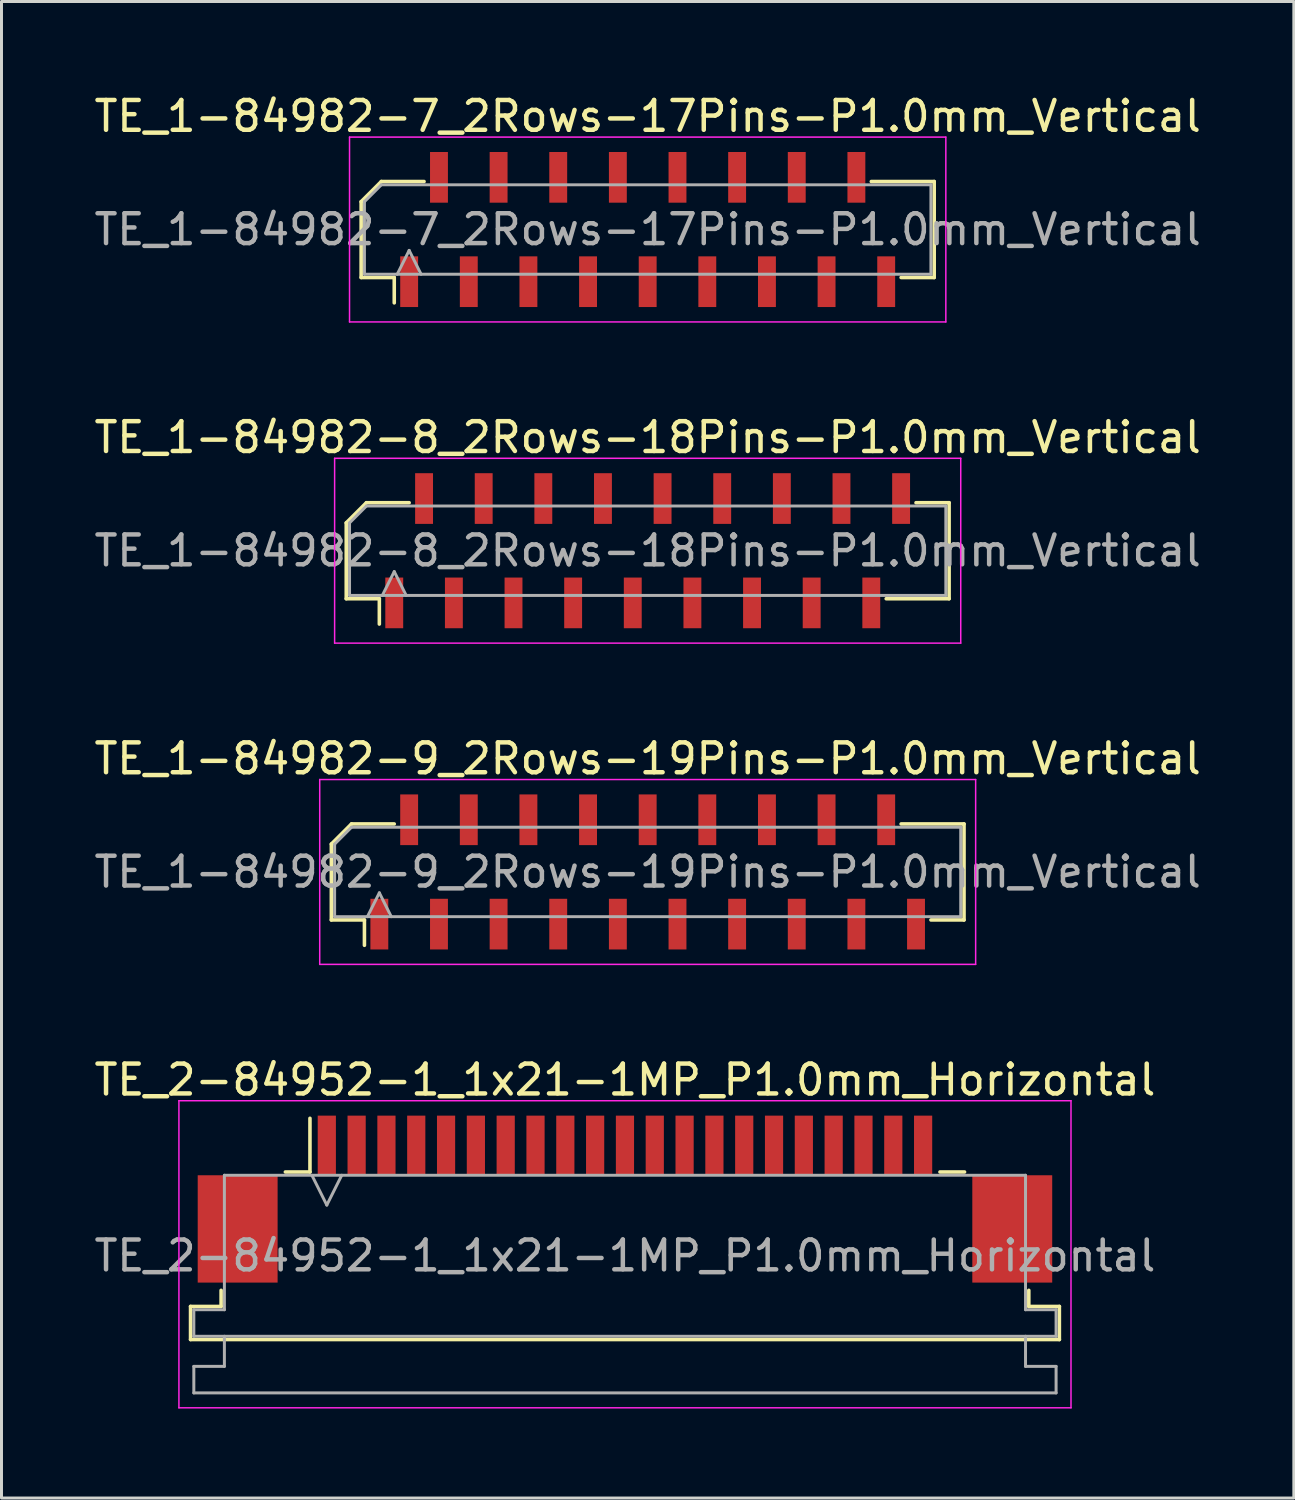
<source format=kicad_pcb>
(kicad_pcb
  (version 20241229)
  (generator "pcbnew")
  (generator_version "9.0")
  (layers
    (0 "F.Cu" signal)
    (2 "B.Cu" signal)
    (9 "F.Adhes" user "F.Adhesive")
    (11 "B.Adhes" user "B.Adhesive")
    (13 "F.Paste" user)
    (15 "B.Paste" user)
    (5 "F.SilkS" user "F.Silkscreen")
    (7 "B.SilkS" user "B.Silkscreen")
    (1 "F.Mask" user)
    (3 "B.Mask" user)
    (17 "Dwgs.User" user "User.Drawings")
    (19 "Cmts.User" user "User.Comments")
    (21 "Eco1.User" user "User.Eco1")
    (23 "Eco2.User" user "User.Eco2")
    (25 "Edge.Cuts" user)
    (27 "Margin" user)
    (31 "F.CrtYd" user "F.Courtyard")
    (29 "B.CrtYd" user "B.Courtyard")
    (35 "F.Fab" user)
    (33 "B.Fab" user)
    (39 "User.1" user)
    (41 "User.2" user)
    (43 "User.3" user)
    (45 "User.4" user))
  (footprint "TE_1-84982-9_2Rows-19Pins-P1.0mm_Vertical"
    (layer "F.Cu")
    (at 18.673 26.195)
    (property "Reference" "TE_1-84982-9_2Rows-19Pins-P1.0mm_Vertical" (at 0 -3.8 0) (layer "F.SilkS") (effects (font (size 1 1) (thickness 0.15))))
    (attr smd)
    (fp_line (start -10.61 -0.934) (end -10.61 1.61) (stroke (width 0.12) (type solid)) (layer "F.SilkS"))
    (fp_line (start -10.61 1.61) (end -9.5 1.61) (stroke (width 0.12) (type solid)) (layer "F.SilkS"))
    (fp_line (start -9.934 -1.61) (end -10.61 -0.934) (stroke (width 0.12) (type solid)) (layer "F.SilkS"))
    (fp_line (start -9.5 1.61) (end -9.5 2.46) (stroke (width 0.12) (type solid)) (layer "F.SilkS"))
    (fp_line (start -8.5 -1.61) (end -9.934 -1.61) (stroke (width 0.12) (type solid)) (layer "F.SilkS"))
    (fp_line (start 9.5 1.61) (end 10.61 1.61) (stroke (width 0.12) (type solid)) (layer "F.SilkS"))
    (fp_line (start 10.61 -1.61) (end 8.5 -1.61) (stroke (width 0.12) (type solid)) (layer "F.SilkS"))
    (fp_line (start 10.61 1.61) (end 10.61 -1.61) (stroke (width 0.12) (type solid)) (layer "F.SilkS"))
    (fp_line (start -11 -3.1) (end 11 -3.1) (stroke (width 0.05) (type solid)) (layer "F.CrtYd"))
    (fp_line (start -11 3.1) (end -11 -3.1) (stroke (width 0.05) (type solid)) (layer "F.CrtYd"))
    (fp_line (start 11 -3.1) (end 11 3.1) (stroke (width 0.05) (type solid)) (layer "F.CrtYd"))
    (fp_line (start 11 3.1) (end -11 3.1) (stroke (width 0.05) (type solid)) (layer "F.CrtYd"))
    (fp_line (start -10.5 -0.934) (end -10.5 1.5) (stroke (width 0.1) (type solid)) (layer "F.Fab"))
    (fp_line (start -10.5 1.5) (end 10.5 1.5) (stroke (width 0.1) (type solid)) (layer "F.Fab"))
    (fp_line (start -9.934 -1.5) (end -10.5 -0.934) (stroke (width 0.1) (type solid)) (layer "F.Fab"))
    (fp_line (start -9.4 1.5) (end -9 0.7) (stroke (width 0.1) (type solid)) (layer "F.Fab"))
    (fp_line (start -9 0.7) (end -8.6 1.5) (stroke (width 0.1) (type solid)) (layer "F.Fab"))
    (fp_line (start 10.5 -1.5) (end -9.934 -1.5) (stroke (width 0.1) (type solid)) (layer "F.Fab"))
    (fp_line (start 10.5 1.5) (end 10.5 -1.5) (stroke (width 0.1) (type solid)) (layer "F.Fab"))
    (fp_text user "${REFERENCE}" (at 0 0 0) (layer "F.Fab") (effects (font (size 1 1) (thickness 0.15))))
    (pad "1" smd rect (at -9 1.75) (size 0.6 1.7) (layers "F.Cu" "F.Mask" "F.Paste"))
    (pad "2" smd rect (at -8 -1.75) (size 0.6 1.7) (layers "F.Cu" "F.Mask" "F.Paste"))
    (pad "3" smd rect (at -7 1.75) (size 0.6 1.7) (layers "F.Cu" "F.Mask" "F.Paste"))
    (pad "4" smd rect (at -6 -1.75) (size 0.6 1.7) (layers "F.Cu" "F.Mask" "F.Paste"))
    (pad "5" smd rect (at -5 1.75) (size 0.6 1.7) (layers "F.Cu" "F.Mask" "F.Paste"))
    (pad "6" smd rect (at -4 -1.75) (size 0.6 1.7) (layers "F.Cu" "F.Mask" "F.Paste"))
    (pad "7" smd rect (at -3 1.75) (size 0.6 1.7) (layers "F.Cu" "F.Mask" "F.Paste"))
    (pad "8" smd rect (at -2 -1.75) (size 0.6 1.7) (layers "F.Cu" "F.Mask" "F.Paste"))
    (pad "9" smd rect (at -1 1.75) (size 0.6 1.7) (layers "F.Cu" "F.Mask" "F.Paste"))
    (pad "10" smd rect (at 0 -1.75) (size 0.6 1.7) (layers "F.Cu" "F.Mask" "F.Paste"))
    (pad "11" smd rect (at 1 1.75) (size 0.6 1.7) (layers "F.Cu" "F.Mask" "F.Paste"))
    (pad "12" smd rect (at 2 -1.75) (size 0.6 1.7) (layers "F.Cu" "F.Mask" "F.Paste"))
    (pad "13" smd rect (at 3 1.75) (size 0.6 1.7) (layers "F.Cu" "F.Mask" "F.Paste"))
    (pad "14" smd rect (at 4 -1.75) (size 0.6 1.7) (layers "F.Cu" "F.Mask" "F.Paste"))
    (pad "15" smd rect (at 5 1.75) (size 0.6 1.7) (layers "F.Cu" "F.Mask" "F.Paste"))
    (pad "16" smd rect (at 6 -1.75) (size 0.6 1.7) (layers "F.Cu" "F.Mask" "F.Paste"))
    (pad "17" smd rect (at 7 1.75) (size 0.6 1.7) (layers "F.Cu" "F.Mask" "F.Paste"))
    (pad "18" smd rect (at 8 -1.75) (size 0.6 1.7) (layers "F.Cu" "F.Mask" "F.Paste"))
    (pad "19" smd rect (at 9 1.75) (size 0.6 1.7) (layers "F.Cu" "F.Mask" "F.Paste")))
  (footprint "TE_1-84982-7_2Rows-17Pins-P1.0mm_Vertical"
    (layer "F.Cu")
    (at 18.673 4.648)
    (property "Reference" "TE_1-84982-7_2Rows-17Pins-P1.0mm_Vertical" (at 0 -3.8 0) (layer "F.SilkS") (effects (font (size 1 1) (thickness 0.15))))
    (attr smd)
    (fp_line (start -9.61 -0.934) (end -9.61 1.61) (stroke (width 0.12) (type solid)) (layer "F.SilkS"))
    (fp_line (start -9.61 1.61) (end -8.5 1.61) (stroke (width 0.12) (type solid)) (layer "F.SilkS"))
    (fp_line (start -8.934 -1.61) (end -9.61 -0.934) (stroke (width 0.12) (type solid)) (layer "F.SilkS"))
    (fp_line (start -8.5 1.61) (end -8.5 2.46) (stroke (width 0.12) (type solid)) (layer "F.SilkS"))
    (fp_line (start -7.5 -1.61) (end -8.934 -1.61) (stroke (width 0.12) (type solid)) (layer "F.SilkS"))
    (fp_line (start 8.5 1.61) (end 9.61 1.61) (stroke (width 0.12) (type solid)) (layer "F.SilkS"))
    (fp_line (start 9.61 -1.61) (end 7.5 -1.61) (stroke (width 0.12) (type solid)) (layer "F.SilkS"))
    (fp_line (start 9.61 1.61) (end 9.61 -1.61) (stroke (width 0.12) (type solid)) (layer "F.SilkS"))
    (fp_line (start -10 -3.1) (end 10 -3.1) (stroke (width 0.05) (type solid)) (layer "F.CrtYd"))
    (fp_line (start -10 3.1) (end -10 -3.1) (stroke (width 0.05) (type solid)) (layer "F.CrtYd"))
    (fp_line (start 10 -3.1) (end 10 3.1) (stroke (width 0.05) (type solid)) (layer "F.CrtYd"))
    (fp_line (start 10 3.1) (end -10 3.1) (stroke (width 0.05) (type solid)) (layer "F.CrtYd"))
    (fp_line (start -9.5 -0.934) (end -9.5 1.5) (stroke (width 0.1) (type solid)) (layer "F.Fab"))
    (fp_line (start -9.5 1.5) (end 9.5 1.5) (stroke (width 0.1) (type solid)) (layer "F.Fab"))
    (fp_line (start -8.934 -1.5) (end -9.5 -0.934) (stroke (width 0.1) (type solid)) (layer "F.Fab"))
    (fp_line (start -8.4 1.5) (end -8 0.7) (stroke (width 0.1) (type solid)) (layer "F.Fab"))
    (fp_line (start -8 0.7) (end -7.6 1.5) (stroke (width 0.1) (type solid)) (layer "F.Fab"))
    (fp_line (start 9.5 -1.5) (end -8.934 -1.5) (stroke (width 0.1) (type solid)) (layer "F.Fab"))
    (fp_line (start 9.5 1.5) (end 9.5 -1.5) (stroke (width 0.1) (type solid)) (layer "F.Fab"))
    (fp_text user "${REFERENCE}" (at 0 0 0) (layer "F.Fab") (effects (font (size 1 1) (thickness 0.15))))
    (pad "1" smd rect (at -8 1.75) (size 0.6 1.7) (layers "F.Cu" "F.Mask" "F.Paste"))
    (pad "2" smd rect (at -7 -1.75) (size 0.6 1.7) (layers "F.Cu" "F.Mask" "F.Paste"))
    (pad "3" smd rect (at -6 1.75) (size 0.6 1.7) (layers "F.Cu" "F.Mask" "F.Paste"))
    (pad "4" smd rect (at -5 -1.75) (size 0.6 1.7) (layers "F.Cu" "F.Mask" "F.Paste"))
    (pad "5" smd rect (at -4 1.75) (size 0.6 1.7) (layers "F.Cu" "F.Mask" "F.Paste"))
    (pad "6" smd rect (at -3 -1.75) (size 0.6 1.7) (layers "F.Cu" "F.Mask" "F.Paste"))
    (pad "7" smd rect (at -2 1.75) (size 0.6 1.7) (layers "F.Cu" "F.Mask" "F.Paste"))
    (pad "8" smd rect (at -1 -1.75) (size 0.6 1.7) (layers "F.Cu" "F.Mask" "F.Paste"))
    (pad "9" smd rect (at 0 1.75) (size 0.6 1.7) (layers "F.Cu" "F.Mask" "F.Paste"))
    (pad "10" smd rect (at 1 -1.75) (size 0.6 1.7) (layers "F.Cu" "F.Mask" "F.Paste"))
    (pad "11" smd rect (at 2 1.75) (size 0.6 1.7) (layers "F.Cu" "F.Mask" "F.Paste"))
    (pad "12" smd rect (at 3 -1.75) (size 0.6 1.7) (layers "F.Cu" "F.Mask" "F.Paste"))
    (pad "13" smd rect (at 4 1.75) (size 0.6 1.7) (layers "F.Cu" "F.Mask" "F.Paste"))
    (pad "14" smd rect (at 5 -1.75) (size 0.6 1.7) (layers "F.Cu" "F.Mask" "F.Paste"))
    (pad "15" smd rect (at 6 1.75) (size 0.6 1.7) (layers "F.Cu" "F.Mask" "F.Paste"))
    (pad "16" smd rect (at 7 -1.75) (size 0.6 1.7) (layers "F.Cu" "F.Mask" "F.Paste"))
    (pad "17" smd rect (at 8 1.75) (size 0.6 1.7) (layers "F.Cu" "F.Mask" "F.Paste")))
  (footprint "TE_1-84982-8_2Rows-18Pins-P1.0mm_Vertical"
    (layer "F.Cu")
    (at 18.673 15.421)
    (property "Reference" "TE_1-84982-8_2Rows-18Pins-P1.0mm_Vertical" (at 0 -3.8 0) (layer "F.SilkS") (effects (font (size 1 1) (thickness 0.15))))
    (attr smd)
    (fp_line (start -10.11 -0.934) (end -10.11 1.61) (stroke (width 0.12) (type solid)) (layer "F.SilkS"))
    (fp_line (start -10.11 1.61) (end -9 1.61) (stroke (width 0.12) (type solid)) (layer "F.SilkS"))
    (fp_line (start -9.434 -1.61) (end -10.11 -0.934) (stroke (width 0.12) (type solid)) (layer "F.SilkS"))
    (fp_line (start -9 1.61) (end -9 2.46) (stroke (width 0.12) (type solid)) (layer "F.SilkS"))
    (fp_line (start -8 -1.61) (end -9.434 -1.61) (stroke (width 0.12) (type solid)) (layer "F.SilkS"))
    (fp_line (start 8 1.61) (end 10.11 1.61) (stroke (width 0.12) (type solid)) (layer "F.SilkS"))
    (fp_line (start 10.11 -1.61) (end 9 -1.61) (stroke (width 0.12) (type solid)) (layer "F.SilkS"))
    (fp_line (start 10.11 1.61) (end 10.11 -1.61) (stroke (width 0.12) (type solid)) (layer "F.SilkS"))
    (fp_line (start -10.5 -3.1) (end 10.5 -3.1) (stroke (width 0.05) (type solid)) (layer "F.CrtYd"))
    (fp_line (start -10.5 3.1) (end -10.5 -3.1) (stroke (width 0.05) (type solid)) (layer "F.CrtYd"))
    (fp_line (start 10.5 -3.1) (end 10.5 3.1) (stroke (width 0.05) (type solid)) (layer "F.CrtYd"))
    (fp_line (start 10.5 3.1) (end -10.5 3.1) (stroke (width 0.05) (type solid)) (layer "F.CrtYd"))
    (fp_line (start -10 -0.934) (end -10 1.5) (stroke (width 0.1) (type solid)) (layer "F.Fab"))
    (fp_line (start -10 1.5) (end 10 1.5) (stroke (width 0.1) (type solid)) (layer "F.Fab"))
    (fp_line (start -9.434 -1.5) (end -10 -0.934) (stroke (width 0.1) (type solid)) (layer "F.Fab"))
    (fp_line (start -8.9 1.5) (end -8.5 0.7) (stroke (width 0.1) (type solid)) (layer "F.Fab"))
    (fp_line (start -8.5 0.7) (end -8.1 1.5) (stroke (width 0.1) (type solid)) (layer "F.Fab"))
    (fp_line (start 10 -1.5) (end -9.434 -1.5) (stroke (width 0.1) (type solid)) (layer "F.Fab"))
    (fp_line (start 10 1.5) (end 10 -1.5) (stroke (width 0.1) (type solid)) (layer "F.Fab"))
    (fp_text user "${REFERENCE}" (at 0 0 0) (layer "F.Fab") (effects (font (size 1 1) (thickness 0.15))))
    (pad "1" smd rect (at -8.5 1.75) (size 0.6 1.7) (layers "F.Cu" "F.Mask" "F.Paste"))
    (pad "2" smd rect (at -7.5 -1.75) (size 0.6 1.7) (layers "F.Cu" "F.Mask" "F.Paste"))
    (pad "3" smd rect (at -6.5 1.75) (size 0.6 1.7) (layers "F.Cu" "F.Mask" "F.Paste"))
    (pad "4" smd rect (at -5.5 -1.75) (size 0.6 1.7) (layers "F.Cu" "F.Mask" "F.Paste"))
    (pad "5" smd rect (at -4.5 1.75) (size 0.6 1.7) (layers "F.Cu" "F.Mask" "F.Paste"))
    (pad "6" smd rect (at -3.5 -1.75) (size 0.6 1.7) (layers "F.Cu" "F.Mask" "F.Paste"))
    (pad "7" smd rect (at -2.5 1.75) (size 0.6 1.7) (layers "F.Cu" "F.Mask" "F.Paste"))
    (pad "8" smd rect (at -1.5 -1.75) (size 0.6 1.7) (layers "F.Cu" "F.Mask" "F.Paste"))
    (pad "9" smd rect (at -0.5 1.75) (size 0.6 1.7) (layers "F.Cu" "F.Mask" "F.Paste"))
    (pad "10" smd rect (at 0.5 -1.75) (size 0.6 1.7) (layers "F.Cu" "F.Mask" "F.Paste"))
    (pad "11" smd rect (at 1.5 1.75) (size 0.6 1.7) (layers "F.Cu" "F.Mask" "F.Paste"))
    (pad "12" smd rect (at 2.5 -1.75) (size 0.6 1.7) (layers "F.Cu" "F.Mask" "F.Paste"))
    (pad "13" smd rect (at 3.5 1.75) (size 0.6 1.7) (layers "F.Cu" "F.Mask" "F.Paste"))
    (pad "14" smd rect (at 4.5 -1.75) (size 0.6 1.7) (layers "F.Cu" "F.Mask" "F.Paste"))
    (pad "15" smd rect (at 5.5 1.75) (size 0.6 1.7) (layers "F.Cu" "F.Mask" "F.Paste"))
    (pad "16" smd rect (at 6.5 -1.75) (size 0.6 1.7) (layers "F.Cu" "F.Mask" "F.Paste"))
    (pad "17" smd rect (at 7.5 1.75) (size 0.6 1.7) (layers "F.Cu" "F.Mask" "F.Paste"))
    (pad "18" smd rect (at 8.5 -1.75) (size 0.6 1.7) (layers "F.Cu" "F.Mask" "F.Paste")))
  (footprint "TE_2-84952-1_1x21-1MP_P1.0mm_Horizontal"
    (layer "F.Cu")
    (at 17.911 37.168)
    (property "Reference" "TE_2-84952-1_1x21-1MP_P1.0mm_Horizontal" (at 0 -4 0) (layer "F.SilkS") (effects (font (size 1 1) (thickness 0.15))))
    (attr smd)
    (fp_line (start -14.57 3.6) (end -13.545 3.6) (stroke (width 0.12) (type solid)) (layer "F.SilkS"))
    (fp_line (start -14.57 4.71) (end -14.57 3.6) (stroke (width 0.12) (type solid)) (layer "F.SilkS"))
    (fp_line (start -13.545 3.6) (end -13.545 3.06) (stroke (width 0.12) (type solid)) (layer "F.SilkS"))
    (fp_line (start -11.39 -0.91) (end -10.565 -0.91) (stroke (width 0.12) (type solid)) (layer "F.SilkS"))
    (fp_line (start -10.565 -0.91) (end -10.565 -2.71) (stroke (width 0.12) (type solid)) (layer "F.SilkS"))
    (fp_line (start 10.565 -0.91) (end 11.39 -0.91) (stroke (width 0.12) (type solid)) (layer "F.SilkS"))
    (fp_line (start 13.545 3.06) (end 13.545 3.6) (stroke (width 0.12) (type solid)) (layer "F.SilkS"))
    (fp_line (start 13.545 3.6) (end 14.57 3.6) (stroke (width 0.12) (type solid)) (layer "F.SilkS"))
    (fp_line (start 14.57 3.6) (end 14.57 4.71) (stroke (width 0.12) (type solid)) (layer "F.SilkS"))
    (fp_line (start 14.57 4.71) (end -14.57 4.71) (stroke (width 0.12) (type solid)) (layer "F.SilkS"))
    (fp_line (start -14.96 -3.3) (end -14.96 7) (stroke (width 0.05) (type solid)) (layer "F.CrtYd"))
    (fp_line (start -14.96 7) (end 14.96 7) (stroke (width 0.05) (type solid)) (layer "F.CrtYd"))
    (fp_line (start 14.96 -3.3) (end -14.96 -3.3) (stroke (width 0.05) (type solid)) (layer "F.CrtYd"))
    (fp_line (start 14.96 7) (end 14.96 -3.3) (stroke (width 0.05) (type solid)) (layer "F.CrtYd"))
    (fp_line (start -14.46 3.71) (end -13.435 3.71) (stroke (width 0.1) (type solid)) (layer "F.Fab"))
    (fp_line (start -14.46 4.6) (end -14.46 3.71) (stroke (width 0.1) (type solid)) (layer "F.Fab"))
    (fp_line (start -14.46 5.61) (end -13.435 5.61) (stroke (width 0.1) (type solid)) (layer "F.Fab"))
    (fp_line (start -14.46 6.5) (end -14.46 5.61) (stroke (width 0.1) (type solid)) (layer "F.Fab"))
    (fp_line (start -13.435 -0.8) (end 13.435 -0.8) (stroke (width 0.1) (type solid)) (layer "F.Fab"))
    (fp_line (start -13.435 3.71) (end -13.435 -0.8) (stroke (width 0.1) (type solid)) (layer "F.Fab"))
    (fp_line (start -13.435 5.61) (end -13.435 4.6) (stroke (width 0.1) (type solid)) (layer "F.Fab"))
    (fp_line (start -10.5 -0.8) (end -10 0.2) (stroke (width 0.1) (type solid)) (layer "F.Fab"))
    (fp_line (start -10 0.2) (end -9.5 -0.8) (stroke (width 0.1) (type solid)) (layer "F.Fab"))
    (fp_line (start 13.435 -0.8) (end 13.435 3.71) (stroke (width 0.1) (type solid)) (layer "F.Fab"))
    (fp_line (start 13.435 3.71) (end 14.46 3.71) (stroke (width 0.1) (type solid)) (layer "F.Fab"))
    (fp_line (start 13.435 4.6) (end 13.435 5.61) (stroke (width 0.1) (type solid)) (layer "F.Fab"))
    (fp_line (start 13.435 5.61) (end 14.46 5.61) (stroke (width 0.1) (type solid)) (layer "F.Fab"))
    (fp_line (start 14.46 3.71) (end 14.46 4.6) (stroke (width 0.1) (type solid)) (layer "F.Fab"))
    (fp_line (start 14.46 4.6) (end -14.46 4.6) (stroke (width 0.1) (type solid)) (layer "F.Fab"))
    (fp_line (start 14.46 5.61) (end 14.46 6.5) (stroke (width 0.1) (type solid)) (layer "F.Fab"))
    (fp_line (start 14.46 6.5) (end -14.46 6.5) (stroke (width 0.1) (type solid)) (layer "F.Fab"))
    (fp_text user "${REFERENCE}" (at 0 1.9 0) (layer "F.Fab") (effects (font (size 1 1) (thickness 0.15))))
    (pad "1" smd rect (at -10 -1.8) (size 0.61 2) (layers "F.Cu" "F.Mask" "F.Paste"))
    (pad "2" smd rect (at -9 -1.8) (size 0.61 2) (layers "F.Cu" "F.Mask" "F.Paste"))
    (pad "3" smd rect (at -8 -1.8) (size 0.61 2) (layers "F.Cu" "F.Mask" "F.Paste"))
    (pad "4" smd rect (at -7 -1.8) (size 0.61 2) (layers "F.Cu" "F.Mask" "F.Paste"))
    (pad "5" smd rect (at -6 -1.8) (size 0.61 2) (layers "F.Cu" "F.Mask" "F.Paste"))
    (pad "6" smd rect (at -5 -1.8) (size 0.61 2) (layers "F.Cu" "F.Mask" "F.Paste"))
    (pad "7" smd rect (at -4 -1.8) (size 0.61 2) (layers "F.Cu" "F.Mask" "F.Paste"))
    (pad "8" smd rect (at -3 -1.8) (size 0.61 2) (layers "F.Cu" "F.Mask" "F.Paste"))
    (pad "9" smd rect (at -2 -1.8) (size 0.61 2) (layers "F.Cu" "F.Mask" "F.Paste"))
    (pad "10" smd rect (at -1 -1.8) (size 0.61 2) (layers "F.Cu" "F.Mask" "F.Paste"))
    (pad "11" smd rect (at 0 -1.8) (size 0.61 2) (layers "F.Cu" "F.Mask" "F.Paste"))
    (pad "12" smd rect (at 1 -1.8) (size 0.61 2) (layers "F.Cu" "F.Mask" "F.Paste"))
    (pad "13" smd rect (at 2 -1.8) (size 0.61 2) (layers "F.Cu" "F.Mask" "F.Paste"))
    (pad "14" smd rect (at 3 -1.8) (size 0.61 2) (layers "F.Cu" "F.Mask" "F.Paste"))
    (pad "15" smd rect (at 4 -1.8) (size 0.61 2) (layers "F.Cu" "F.Mask" "F.Paste"))
    (pad "16" smd rect (at 5 -1.8) (size 0.61 2) (layers "F.Cu" "F.Mask" "F.Paste"))
    (pad "17" smd rect (at 6 -1.8) (size 0.61 2) (layers "F.Cu" "F.Mask" "F.Paste"))
    (pad "18" smd rect (at 7 -1.8) (size 0.61 2) (layers "F.Cu" "F.Mask" "F.Paste"))
    (pad "19" smd rect (at 8 -1.8) (size 0.61 2) (layers "F.Cu" "F.Mask" "F.Paste"))
    (pad "20" smd rect (at 9 -1.8) (size 0.61 2) (layers "F.Cu" "F.Mask" "F.Paste"))
    (pad "21" smd rect (at 10 -1.8) (size 0.61 2) (layers "F.Cu" "F.Mask" "F.Paste"))
    (pad "MP" smd rect (at -12.99 1) (size 2.68 3.6) (layers "F.Cu" "F.Mask" "F.Paste"))
    (pad "MP" smd rect (at 12.99 1) (size 2.68 3.6) (layers "F.Cu" "F.Mask" "F.Paste")))
  (gr_rect
    (start -3 -3)
    (end 40.345 47.193)
    (stroke (width 0.1) (type default))
    (fill no)
    (layer "Edge.Cuts")))
</source>
